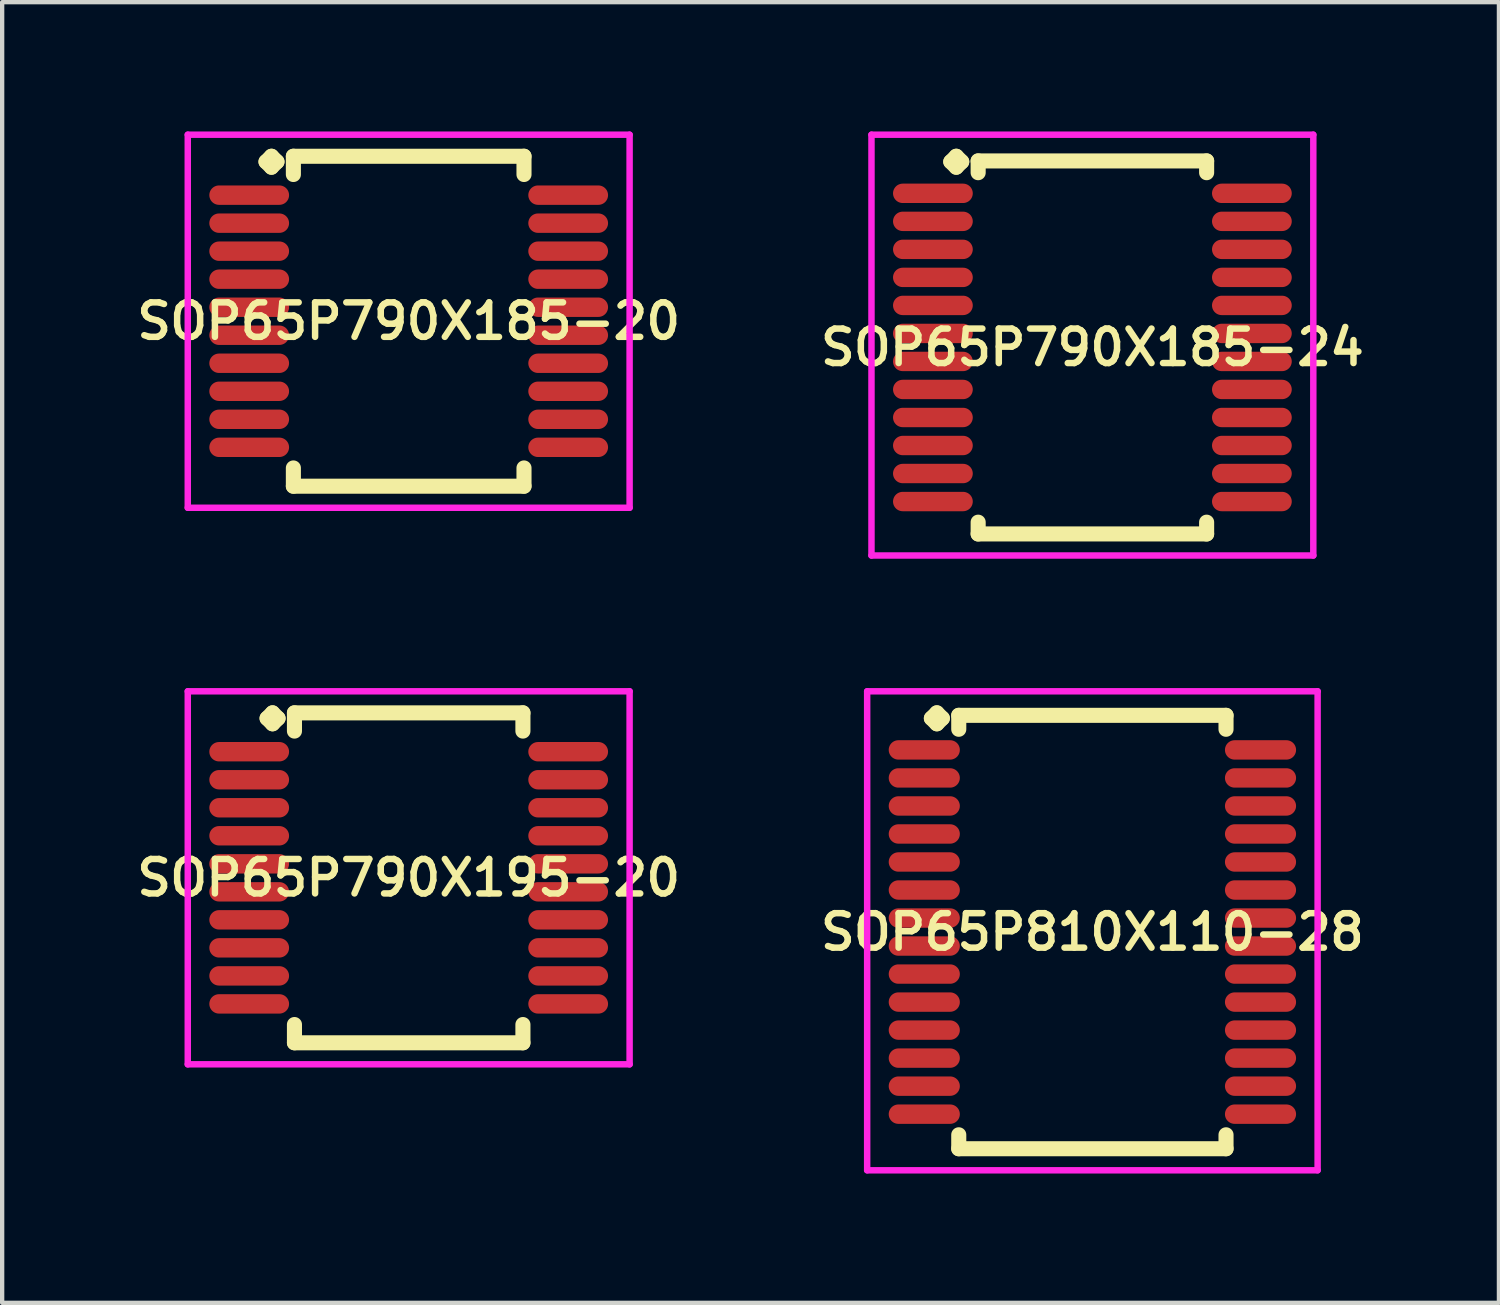
<source format=kicad_pcb>
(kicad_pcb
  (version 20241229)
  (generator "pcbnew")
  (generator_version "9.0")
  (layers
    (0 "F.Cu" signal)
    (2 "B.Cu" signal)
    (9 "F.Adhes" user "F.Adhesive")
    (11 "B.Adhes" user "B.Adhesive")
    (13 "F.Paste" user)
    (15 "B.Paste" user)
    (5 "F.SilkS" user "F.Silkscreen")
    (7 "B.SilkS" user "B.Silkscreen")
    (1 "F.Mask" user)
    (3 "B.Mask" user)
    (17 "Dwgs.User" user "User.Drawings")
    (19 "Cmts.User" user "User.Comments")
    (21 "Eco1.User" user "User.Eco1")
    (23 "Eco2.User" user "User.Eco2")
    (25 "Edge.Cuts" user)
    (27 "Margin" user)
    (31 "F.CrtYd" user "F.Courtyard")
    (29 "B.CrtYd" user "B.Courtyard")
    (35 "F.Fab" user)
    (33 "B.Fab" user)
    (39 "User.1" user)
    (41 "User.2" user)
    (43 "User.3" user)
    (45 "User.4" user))
  (footprint "SOP65P790X185-20"
    (layer "F.Cu")
    (at 6.431 4.402)
    (property "Reference" "SOP65P790X185-20" (at 0 0 0) (layer "F.SilkS") (effects (font (size 0.8 0.8) (thickness 0.15))))
    (attr smd)
    (fp_line (start -3.31 -3.7) (end -3.183 -3.827) (stroke (width 0.35) (type solid)) (layer "F.SilkS"))
    (fp_line (start -3.183 -3.827) (end -3.056 -3.7) (stroke (width 0.35) (type solid)) (layer "F.SilkS"))
    (fp_line (start -3.183 -3.573) (end -3.31 -3.7) (stroke (width 0.35) (type solid)) (layer "F.SilkS"))
    (fp_line (start -3.056 -3.7) (end -3.183 -3.573) (stroke (width 0.35) (type solid)) (layer "F.SilkS"))
    (fp_line (start -2.675 -3.827) (end 2.675 -3.827) (stroke (width 0.35) (type solid)) (layer "F.SilkS"))
    (fp_line (start -2.675 -3.404) (end -2.675 -3.827) (stroke (width 0.35) (type solid)) (layer "F.SilkS"))
    (fp_line (start -2.675 3.404) (end -2.675 3.827) (stroke (width 0.35) (type solid)) (layer "F.SilkS"))
    (fp_line (start -2.675 3.827) (end 2.675 3.827) (stroke (width 0.35) (type solid)) (layer "F.SilkS"))
    (fp_line (start 2.675 -3.827) (end 2.675 -3.404) (stroke (width 0.35) (type solid)) (layer "F.SilkS"))
    (fp_line (start 2.675 3.827) (end 2.675 3.404) (stroke (width 0.35) (type solid)) (layer "F.SilkS"))
    (fp_line (start -5.125 -4.327) (end 5.125 -4.327) (stroke (width 0.15) (type solid)) (layer "F.CrtYd"))
    (fp_line (start -5.125 4.327) (end -5.125 -4.327) (stroke (width 0.15) (type solid)) (layer "F.CrtYd"))
    (fp_line (start 5.125 -4.327) (end 5.125 4.327) (stroke (width 0.15) (type solid)) (layer "F.CrtYd"))
    (fp_line (start 5.125 4.327) (end -5.125 4.327) (stroke (width 0.15) (type solid)) (layer "F.CrtYd"))
    (pad "1" smd oval (at -3.7 -2.925) (size 1.85 0.45) (layers "F.Cu" "F.Mask" "F.Paste"))
    (pad "2" smd oval (at -3.7 -2.275) (size 1.85 0.45) (layers "F.Cu" "F.Mask" "F.Paste"))
    (pad "3" smd oval (at -3.7 -1.625) (size 1.85 0.45) (layers "F.Cu" "F.Mask" "F.Paste"))
    (pad "4" smd oval (at -3.7 -0.975) (size 1.85 0.45) (layers "F.Cu" "F.Mask" "F.Paste"))
    (pad "5" smd oval (at -3.7 -0.325) (size 1.85 0.45) (layers "F.Cu" "F.Mask" "F.Paste"))
    (pad "6" smd oval (at -3.7 0.325) (size 1.85 0.45) (layers "F.Cu" "F.Mask" "F.Paste"))
    (pad "7" smd oval (at -3.7 0.975) (size 1.85 0.45) (layers "F.Cu" "F.Mask" "F.Paste"))
    (pad "8" smd oval (at -3.7 1.625) (size 1.85 0.45) (layers "F.Cu" "F.Mask" "F.Paste"))
    (pad "9" smd oval (at -3.7 2.275) (size 1.85 0.45) (layers "F.Cu" "F.Mask" "F.Paste"))
    (pad "10" smd oval (at -3.7 2.925) (size 1.85 0.45) (layers "F.Cu" "F.Mask" "F.Paste"))
    (pad "11" smd oval (at 3.7 2.925) (size 1.85 0.45) (layers "F.Cu" "F.Mask" "F.Paste"))
    (pad "12" smd oval (at 3.7 2.275) (size 1.85 0.45) (layers "F.Cu" "F.Mask" "F.Paste"))
    (pad "13" smd oval (at 3.7 1.625) (size 1.85 0.45) (layers "F.Cu" "F.Mask" "F.Paste"))
    (pad "14" smd oval (at 3.7 0.975) (size 1.85 0.45) (layers "F.Cu" "F.Mask" "F.Paste"))
    (pad "15" smd oval (at 3.7 0.325) (size 1.85 0.45) (layers "F.Cu" "F.Mask" "F.Paste"))
    (pad "16" smd oval (at 3.7 -0.325) (size 1.85 0.45) (layers "F.Cu" "F.Mask" "F.Paste"))
    (pad "17" smd oval (at 3.7 -0.975) (size 1.85 0.45) (layers "F.Cu" "F.Mask" "F.Paste"))
    (pad "18" smd oval (at 3.7 -1.625) (size 1.85 0.45) (layers "F.Cu" "F.Mask" "F.Paste"))
    (pad "19" smd oval (at 3.7 -2.275) (size 1.85 0.45) (layers "F.Cu" "F.Mask" "F.Paste"))
    (pad "20" smd oval (at 3.7 -2.925) (size 1.85 0.45) (layers "F.Cu" "F.Mask" "F.Paste")))
  (footprint "SOP65P810X110-28"
    (layer "F.Cu")
    (at 22.292 18.572)
    (property "Reference" "SOP65P810X110-28" (at 0 0 0) (layer "F.SilkS") (effects (font (size 0.8 0.8) (thickness 0.15))))
    (attr through_hole)
    (fp_line (start -3.735 -4.958) (end -3.608 -5.085) (stroke (width 0.35) (type solid)) (layer "F.SilkS"))
    (fp_line (start -3.608 -5.085) (end -3.481 -4.958) (stroke (width 0.35) (type solid)) (layer "F.SilkS"))
    (fp_line (start -3.608 -4.831) (end -3.735 -4.958) (stroke (width 0.35) (type solid)) (layer "F.SilkS"))
    (fp_line (start -3.481 -4.958) (end -3.608 -4.831) (stroke (width 0.35) (type solid)) (layer "F.SilkS"))
    (fp_line (start -3.1 -5.027) (end 3.1 -5.027) (stroke (width 0.35) (type solid)) (layer "F.SilkS"))
    (fp_line (start -3.1 -4.704) (end -3.1 -5.027) (stroke (width 0.35) (type solid)) (layer "F.SilkS"))
    (fp_line (start -3.1 4.704) (end -3.1 5.027) (stroke (width 0.35) (type solid)) (layer "F.SilkS"))
    (fp_line (start -3.1 5.027) (end 3.1 5.027) (stroke (width 0.35) (type solid)) (layer "F.SilkS"))
    (fp_line (start 3.1 -5.027) (end 3.1 -4.704) (stroke (width 0.35) (type solid)) (layer "F.SilkS"))
    (fp_line (start 3.1 5.027) (end 3.1 4.704) (stroke (width 0.35) (type solid)) (layer "F.SilkS"))
    (fp_line (start -5.225 -5.585) (end 5.225 -5.585) (stroke (width 0.15) (type solid)) (layer "F.CrtYd"))
    (fp_line (start -5.225 5.527) (end -5.225 -5.585) (stroke (width 0.15) (type solid)) (layer "F.CrtYd"))
    (fp_line (start 5.225 -5.585) (end 5.225 5.527) (stroke (width 0.15) (type solid)) (layer "F.CrtYd"))
    (fp_line (start 5.225 5.527) (end -5.225 5.527) (stroke (width 0.15) (type solid)) (layer "F.CrtYd"))
    (pad "1" smd oval (at -3.9 -4.225) (size 1.65 0.45) (layers "F.Cu" "F.Mask" "F.Paste"))
    (pad "2" smd oval (at -3.9 -3.575) (size 1.65 0.45) (layers "F.Cu" "F.Mask" "F.Paste"))
    (pad "3" smd oval (at -3.9 -2.925) (size 1.65 0.45) (layers "F.Cu" "F.Mask" "F.Paste"))
    (pad "4" smd oval (at -3.9 -2.275) (size 1.65 0.45) (layers "F.Cu" "F.Mask" "F.Paste"))
    (pad "5" smd oval (at -3.9 -1.625) (size 1.65 0.45) (layers "F.Cu" "F.Mask" "F.Paste"))
    (pad "6" smd oval (at -3.9 -0.975) (size 1.65 0.45) (layers "F.Cu" "F.Mask" "F.Paste"))
    (pad "7" smd oval (at -3.9 -0.325) (size 1.65 0.45) (layers "F.Cu" "F.Mask" "F.Paste"))
    (pad "8" smd oval (at -3.9 0.325) (size 1.65 0.45) (layers "F.Cu" "F.Mask" "F.Paste"))
    (pad "9" smd oval (at -3.9 0.975) (size 1.65 0.45) (layers "F.Cu" "F.Mask" "F.Paste"))
    (pad "10" smd oval (at -3.9 1.625) (size 1.65 0.45) (layers "F.Cu" "F.Mask" "F.Paste"))
    (pad "11" smd oval (at -3.9 2.275) (size 1.65 0.45) (layers "F.Cu" "F.Mask" "F.Paste"))
    (pad "12" smd oval (at -3.9 2.925) (size 1.65 0.45) (layers "F.Cu" "F.Mask" "F.Paste"))
    (pad "13" smd oval (at -3.9 3.575) (size 1.65 0.45) (layers "F.Cu" "F.Mask" "F.Paste"))
    (pad "14" smd oval (at -3.9 4.225) (size 1.65 0.45) (layers "F.Cu" "F.Mask" "F.Paste"))
    (pad "15" smd oval (at 3.9 4.225) (size 1.65 0.45) (layers "F.Cu" "F.Mask" "F.Paste"))
    (pad "16" smd oval (at 3.9 3.575) (size 1.65 0.45) (layers "F.Cu" "F.Mask" "F.Paste"))
    (pad "17" smd oval (at 3.9 2.925) (size 1.65 0.45) (layers "F.Cu" "F.Mask" "F.Paste"))
    (pad "18" smd oval (at 3.9 2.275) (size 1.65 0.45) (layers "F.Cu" "F.Mask" "F.Paste"))
    (pad "19" smd oval (at 3.9 1.625) (size 1.65 0.45) (layers "F.Cu" "F.Mask" "F.Paste"))
    (pad "20" smd oval (at 3.9 0.975) (size 1.65 0.45) (layers "F.Cu" "F.Mask" "F.Paste"))
    (pad "21" smd oval (at 3.9 0.325) (size 1.65 0.45) (layers "F.Cu" "F.Mask" "F.Paste"))
    (pad "22" smd oval (at 3.9 -0.325) (size 1.65 0.45) (layers "F.Cu" "F.Mask" "F.Paste"))
    (pad "23" smd oval (at 3.9 -0.975) (size 1.65 0.45) (layers "F.Cu" "F.Mask" "F.Paste"))
    (pad "24" smd oval (at 3.9 -1.625) (size 1.65 0.45) (layers "F.Cu" "F.Mask" "F.Paste"))
    (pad "25" smd oval (at 3.9 -2.275) (size 1.65 0.45) (layers "F.Cu" "F.Mask" "F.Paste"))
    (pad "26" smd oval (at 3.9 -2.925) (size 1.65 0.45) (layers "F.Cu" "F.Mask" "F.Paste"))
    (pad "27" smd oval (at 3.9 -3.575) (size 1.65 0.45) (layers "F.Cu" "F.Mask" "F.Paste"))
    (pad "28" smd oval (at 3.9 -4.225) (size 1.65 0.45) (layers "F.Cu" "F.Mask" "F.Paste")))
  (footprint "SOP65P790X185-24"
    (layer "F.Cu")
    (at 22.292 5.01)
    (property "Reference" "SOP65P790X185-24" (at 0 0 0) (layer "F.SilkS") (effects (font (size 0.8 0.8) (thickness 0.15))))
    (attr smd)
    (fp_line (start -3.285 -4.308) (end -3.158 -4.435) (stroke (width 0.35) (type solid)) (layer "F.SilkS"))
    (fp_line (start -3.158 -4.435) (end -3.031 -4.308) (stroke (width 0.35) (type solid)) (layer "F.SilkS"))
    (fp_line (start -3.158 -4.181) (end -3.285 -4.308) (stroke (width 0.35) (type solid)) (layer "F.SilkS"))
    (fp_line (start -3.031 -4.308) (end -3.158 -4.181) (stroke (width 0.35) (type solid)) (layer "F.SilkS"))
    (fp_line (start -2.65 -4.327) (end 2.65 -4.327) (stroke (width 0.35) (type solid)) (layer "F.SilkS"))
    (fp_line (start -2.65 -4.054) (end -2.65 -4.327) (stroke (width 0.35) (type solid)) (layer "F.SilkS"))
    (fp_line (start -2.65 4.054) (end -2.65 4.327) (stroke (width 0.35) (type solid)) (layer "F.SilkS"))
    (fp_line (start -2.65 4.327) (end 2.65 4.327) (stroke (width 0.35) (type solid)) (layer "F.SilkS"))
    (fp_line (start 2.65 -4.327) (end 2.65 -4.054) (stroke (width 0.35) (type solid)) (layer "F.SilkS"))
    (fp_line (start 2.65 4.327) (end 2.65 4.054) (stroke (width 0.35) (type solid)) (layer "F.SilkS"))
    (fp_line (start -5.125 -4.935) (end 5.125 -4.935) (stroke (width 0.15) (type solid)) (layer "F.CrtYd"))
    (fp_line (start -5.125 4.827) (end -5.125 -4.935) (stroke (width 0.15) (type solid)) (layer "F.CrtYd"))
    (fp_line (start 5.125 -4.935) (end 5.125 4.827) (stroke (width 0.15) (type solid)) (layer "F.CrtYd"))
    (fp_line (start 5.125 4.827) (end -5.125 4.827) (stroke (width 0.15) (type solid)) (layer "F.CrtYd"))
    (pad "1" smd oval (at -3.7 -3.575) (size 1.85 0.45) (layers "F.Cu" "F.Mask" "F.Paste"))
    (pad "2" smd oval (at -3.7 -2.925) (size 1.85 0.45) (layers "F.Cu" "F.Mask" "F.Paste"))
    (pad "3" smd oval (at -3.7 -2.275) (size 1.85 0.45) (layers "F.Cu" "F.Mask" "F.Paste"))
    (pad "4" smd oval (at -3.7 -1.625) (size 1.85 0.45) (layers "F.Cu" "F.Mask" "F.Paste"))
    (pad "5" smd oval (at -3.7 -0.975) (size 1.85 0.45) (layers "F.Cu" "F.Mask" "F.Paste"))
    (pad "6" smd oval (at -3.7 -0.325) (size 1.85 0.45) (layers "F.Cu" "F.Mask" "F.Paste"))
    (pad "7" smd oval (at -3.7 0.325) (size 1.85 0.45) (layers "F.Cu" "F.Mask" "F.Paste"))
    (pad "8" smd oval (at -3.7 0.975) (size 1.85 0.45) (layers "F.Cu" "F.Mask" "F.Paste"))
    (pad "9" smd oval (at -3.7 1.625) (size 1.85 0.45) (layers "F.Cu" "F.Mask" "F.Paste"))
    (pad "10" smd oval (at -3.7 2.275) (size 1.85 0.45) (layers "F.Cu" "F.Mask" "F.Paste"))
    (pad "11" smd oval (at -3.7 2.925) (size 1.85 0.45) (layers "F.Cu" "F.Mask" "F.Paste"))
    (pad "12" smd oval (at -3.7 3.575) (size 1.85 0.45) (layers "F.Cu" "F.Mask" "F.Paste"))
    (pad "13" smd oval (at 3.7 3.575) (size 1.85 0.45) (layers "F.Cu" "F.Mask" "F.Paste"))
    (pad "14" smd oval (at 3.7 2.925) (size 1.85 0.45) (layers "F.Cu" "F.Mask" "F.Paste"))
    (pad "15" smd oval (at 3.7 2.275) (size 1.85 0.45) (layers "F.Cu" "F.Mask" "F.Paste"))
    (pad "16" smd oval (at 3.7 1.625) (size 1.85 0.45) (layers "F.Cu" "F.Mask" "F.Paste"))
    (pad "17" smd oval (at 3.7 0.975) (size 1.85 0.45) (layers "F.Cu" "F.Mask" "F.Paste"))
    (pad "18" smd oval (at 3.7 0.325) (size 1.85 0.45) (layers "F.Cu" "F.Mask" "F.Paste"))
    (pad "19" smd oval (at 3.7 -0.325) (size 1.85 0.45) (layers "F.Cu" "F.Mask" "F.Paste"))
    (pad "20" smd oval (at 3.7 -0.975) (size 1.85 0.45) (layers "F.Cu" "F.Mask" "F.Paste"))
    (pad "21" smd oval (at 3.7 -1.625) (size 1.85 0.45) (layers "F.Cu" "F.Mask" "F.Paste"))
    (pad "22" smd oval (at 3.7 -2.275) (size 1.85 0.45) (layers "F.Cu" "F.Mask" "F.Paste"))
    (pad "23" smd oval (at 3.7 -2.925) (size 1.85 0.45) (layers "F.Cu" "F.Mask" "F.Paste"))
    (pad "24" smd oval (at 3.7 -3.575) (size 1.85 0.45) (layers "F.Cu" "F.Mask" "F.Paste")))
  (footprint "SOP65P790X195-20"
    (layer "F.Cu")
    (at 6.431 17.314)
    (property "Reference" "SOP65P790X195-20" (at 0 0 0) (layer "F.SilkS") (effects (font (size 0.8 0.8) (thickness 0.15))))
    (attr through_hole)
    (fp_line (start -3.285 -3.7) (end -3.158 -3.827) (stroke (width 0.35) (type solid)) (layer "F.SilkS"))
    (fp_line (start -3.158 -3.827) (end -3.031 -3.7) (stroke (width 0.35) (type solid)) (layer "F.SilkS"))
    (fp_line (start -3.158 -3.573) (end -3.285 -3.7) (stroke (width 0.35) (type solid)) (layer "F.SilkS"))
    (fp_line (start -3.031 -3.7) (end -3.158 -3.573) (stroke (width 0.35) (type solid)) (layer "F.SilkS"))
    (fp_line (start -2.65 -3.827) (end 2.65 -3.827) (stroke (width 0.35) (type solid)) (layer "F.SilkS"))
    (fp_line (start -2.65 -3.404) (end -2.65 -3.827) (stroke (width 0.35) (type solid)) (layer "F.SilkS"))
    (fp_line (start -2.65 3.404) (end -2.65 3.827) (stroke (width 0.35) (type solid)) (layer "F.SilkS"))
    (fp_line (start -2.65 3.827) (end 2.65 3.827) (stroke (width 0.35) (type solid)) (layer "F.SilkS"))
    (fp_line (start 2.65 -3.827) (end 2.65 -3.404) (stroke (width 0.35) (type solid)) (layer "F.SilkS"))
    (fp_line (start 2.65 3.827) (end 2.65 3.404) (stroke (width 0.35) (type solid)) (layer "F.SilkS"))
    (fp_line (start -5.125 -4.327) (end 5.125 -4.327) (stroke (width 0.15) (type solid)) (layer "F.CrtYd"))
    (fp_line (start -5.125 4.327) (end -5.125 -4.327) (stroke (width 0.15) (type solid)) (layer "F.CrtYd"))
    (fp_line (start 5.125 -4.327) (end 5.125 4.327) (stroke (width 0.15) (type solid)) (layer "F.CrtYd"))
    (fp_line (start 5.125 4.327) (end -5.125 4.327) (stroke (width 0.15) (type solid)) (layer "F.CrtYd"))
    (pad "1" smd oval (at -3.7 -2.925) (size 1.85 0.45) (layers "F.Cu" "F.Mask" "F.Paste"))
    (pad "2" smd oval (at -3.7 -2.275) (size 1.85 0.45) (layers "F.Cu" "F.Mask" "F.Paste"))
    (pad "3" smd oval (at -3.7 -1.625) (size 1.85 0.45) (layers "F.Cu" "F.Mask" "F.Paste"))
    (pad "4" smd oval (at -3.7 -0.975) (size 1.85 0.45) (layers "F.Cu" "F.Mask" "F.Paste"))
    (pad "5" smd oval (at -3.7 -0.325) (size 1.85 0.45) (layers "F.Cu" "F.Mask" "F.Paste"))
    (pad "6" smd oval (at -3.7 0.325) (size 1.85 0.45) (layers "F.Cu" "F.Mask" "F.Paste"))
    (pad "7" smd oval (at -3.7 0.975) (size 1.85 0.45) (layers "F.Cu" "F.Mask" "F.Paste"))
    (pad "8" smd oval (at -3.7 1.625) (size 1.85 0.45) (layers "F.Cu" "F.Mask" "F.Paste"))
    (pad "9" smd oval (at -3.7 2.275) (size 1.85 0.45) (layers "F.Cu" "F.Mask" "F.Paste"))
    (pad "10" smd oval (at -3.7 2.925) (size 1.85 0.45) (layers "F.Cu" "F.Mask" "F.Paste"))
    (pad "11" smd oval (at 3.7 2.925) (size 1.85 0.45) (layers "F.Cu" "F.Mask" "F.Paste"))
    (pad "12" smd oval (at 3.7 2.275) (size 1.85 0.45) (layers "F.Cu" "F.Mask" "F.Paste"))
    (pad "13" smd oval (at 3.7 1.625) (size 1.85 0.45) (layers "F.Cu" "F.Mask" "F.Paste"))
    (pad "14" smd oval (at 3.7 0.975) (size 1.85 0.45) (layers "F.Cu" "F.Mask" "F.Paste"))
    (pad "15" smd oval (at 3.7 0.325) (size 1.85 0.45) (layers "F.Cu" "F.Mask" "F.Paste"))
    (pad "16" smd oval (at 3.7 -0.325) (size 1.85 0.45) (layers "F.Cu" "F.Mask" "F.Paste"))
    (pad "17" smd oval (at 3.7 -0.975) (size 1.85 0.45) (layers "F.Cu" "F.Mask" "F.Paste"))
    (pad "18" smd oval (at 3.7 -1.625) (size 1.85 0.45) (layers "F.Cu" "F.Mask" "F.Paste"))
    (pad "19" smd oval (at 3.7 -2.275) (size 1.85 0.45) (layers "F.Cu" "F.Mask" "F.Paste"))
    (pad "20" smd oval (at 3.7 -2.925) (size 1.85 0.45) (layers "F.Cu" "F.Mask" "F.Paste")))
  (gr_rect
    (start -3 -3)
    (end 31.723 27.174)
    (stroke (width 0.1) (type default))
    (fill no)
    (layer "Edge.Cuts")))
</source>
